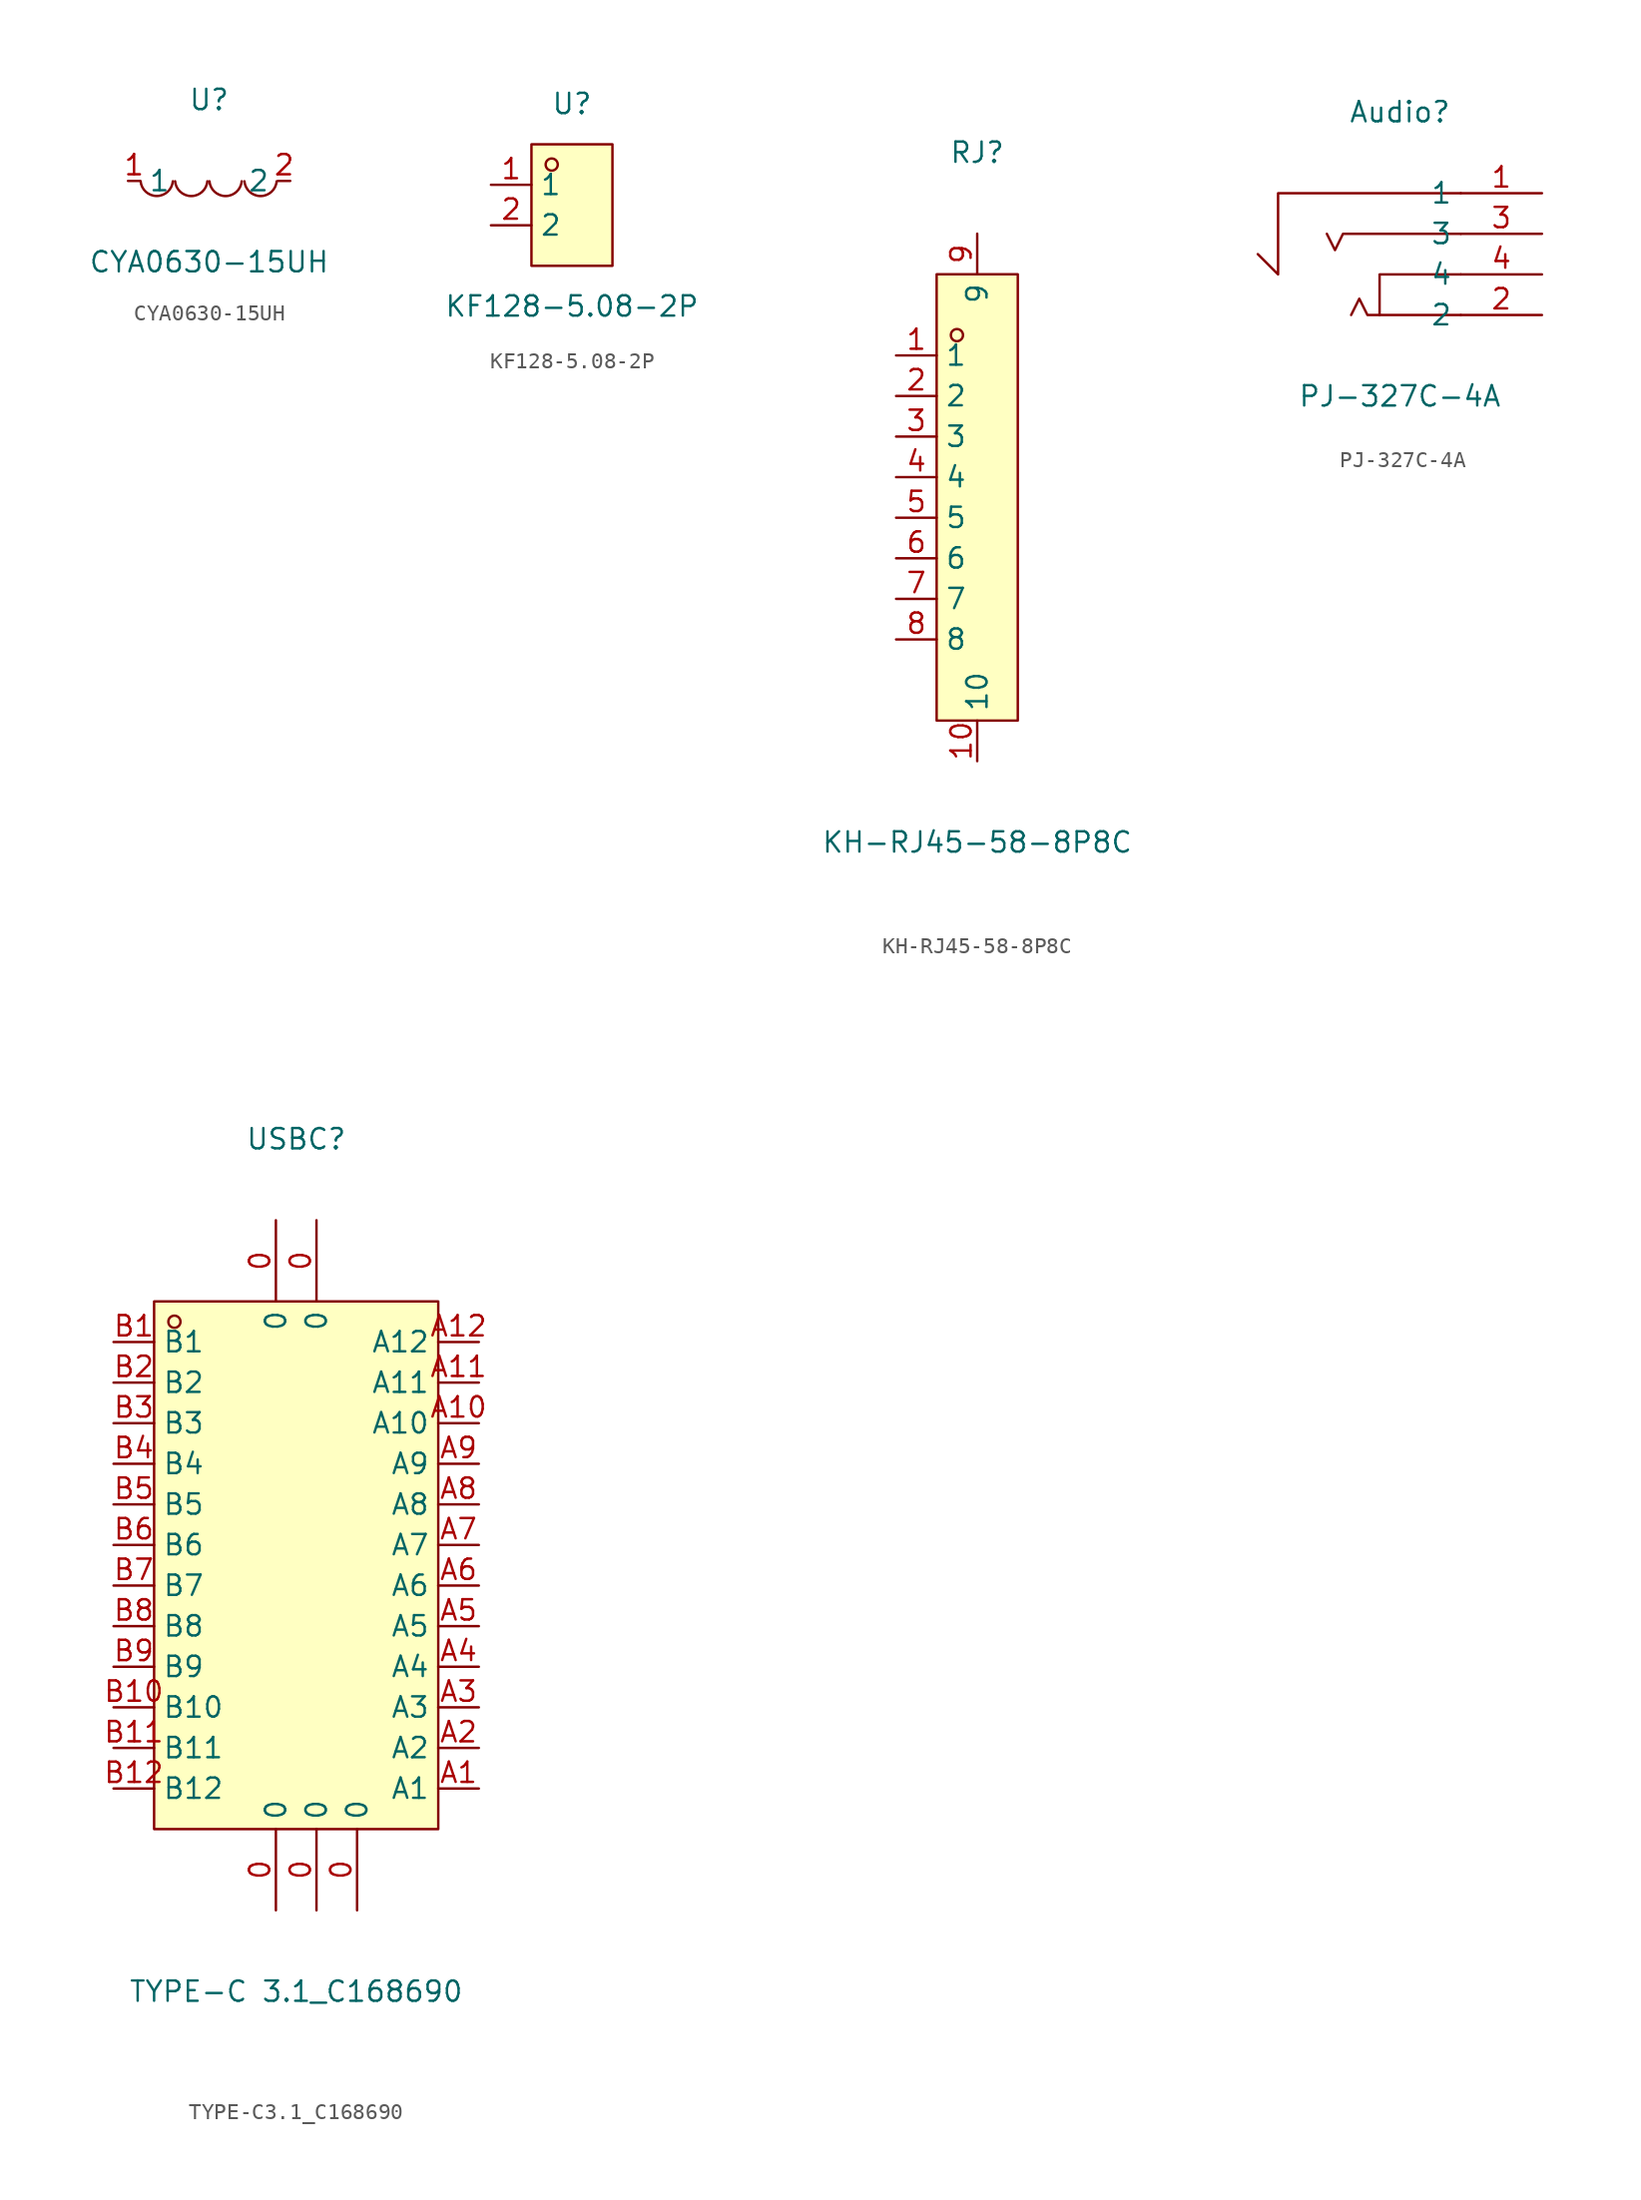
<source format=kicad_sym>
(kicad_symbol_lib
  (version 20211014)
  (generator https://github.com/uPesy/easyeda2kicad.py)
  (symbol "CYA0630-15UH"
    (property "Reference" "U"
      (at 0 5.08 0)
      (effects (font (size 1.27 1.27))))
    (property "Value" "CYA0630-15UH"
      (at 0 -5.08 0)
      (effects (font (size 1.27 1.27))))
    (symbol "CYA0630-15UH_0_1"
      (arc (start -4.29 -0.02) (mid -2.81 -1.01) (end -2.27 -0.02) (stroke (width 0) (type default) (color 0 0 0 0)) (fill (type none)))
      (arc (start -2.13 -0.02) (mid -0.66 -1.01) (end -0.11 -0.02) (stroke (width 0) (type default) (color 0 0 0 0)) (fill (type none)))
      (arc (start 0.02 -0.02) (mid 1.49 -1.01) (end 2.04 -0.02) (stroke (width 0) (type default) (color 0 0 0 0)) (fill (type none)))
      (arc (start 2.21 -0.02) (mid 3.68 -1.01) (end 4.23 -0.02) (stroke (width 0) (type default) (color 0 0 0 0)) (fill (type none)))
      (pin unspecified line (at 5.08 -0.00 180) (length 0.762) (name "2" (effects (font (size 1.27 1.27)))) (number "2" (effects (font (size 1.27 1.27)))))
      (pin unspecified line (at -5.08 -0.00 0) (length 0.762) (name "1" (effects (font (size 1.27 1.27)))) (number "1" (effects (font (size 1.27 1.27)))))))
  (symbol "KF128-5.08-2P"
    (property "Reference" "U"
      (at 0 6.35 0)
      (effects (font (size 1.27 1.27))))
    (property "Value" "KF128-5.08-2P"
      (at 0 -6.35 0)
      (effects (font (size 1.27 1.27))))
    (symbol "KF128-5.08-2P_0_1"
      (rectangle (start -2.54 3.81) (end 2.54 -3.81) (stroke (width 0) (type default) (color 0 0 0 0)) (fill (type background)))
      (circle (center -1.27 2.54) (radius 0.38) (stroke (width 0) (type default) (color 0 0 0 0)) (fill (type none)))
      (pin unspecified line (at -5.08 1.27 0) (length 2.54) (name "1" (effects (font (size 1.27 1.27)))) (number "1" (effects (font (size 1.27 1.27)))))
      (pin unspecified line (at -5.08 -1.27 0) (length 2.54) (name "2" (effects (font (size 1.27 1.27)))) (number "2" (effects (font (size 1.27 1.27)))))))
  (symbol "KH-RJ45-58-8P8C"
    (property "Reference" "RJ"
      (at 0 20.32 0)
      (effects (font (size 1.27 1.27))))
    (property "Value" "KH-RJ45-58-8P8C"
      (at 0 -22.86 0)
      (effects (font (size 1.27 1.27))))
    (symbol "KH-RJ45-58-8P8C_0_1"
      (rectangle (start -2.54 12.70) (end 2.54 -15.24) (stroke (width 0) (type default) (color 0 0 0 0)) (fill (type background)))
      (circle (center -1.27 8.89) (radius 0.38) (stroke (width 0) (type default) (color 0 0 0 0)) (fill (type none)))
      (pin unspecified line (at -5.08 7.62 0) (length 2.54) (name "1" (effects (font (size 1.27 1.27)))) (number "1" (effects (font (size 1.27 1.27)))))
      (pin unspecified line (at -5.08 5.08 0) (length 2.54) (name "2" (effects (font (size 1.27 1.27)))) (number "2" (effects (font (size 1.27 1.27)))))
      (pin unspecified line (at -5.08 2.54 0) (length 2.54) (name "3" (effects (font (size 1.27 1.27)))) (number "3" (effects (font (size 1.27 1.27)))))
      (pin unspecified line (at -5.08 -0.00 0) (length 2.54) (name "4" (effects (font (size 1.27 1.27)))) (number "4" (effects (font (size 1.27 1.27)))))
      (pin unspecified line (at -5.08 -2.54 0) (length 2.54) (name "5" (effects (font (size 1.27 1.27)))) (number "5" (effects (font (size 1.27 1.27)))))
      (pin unspecified line (at -5.08 -5.08 0) (length 2.54) (name "6" (effects (font (size 1.27 1.27)))) (number "6" (effects (font (size 1.27 1.27)))))
      (pin unspecified line (at -5.08 -7.62 0) (length 2.54) (name "7" (effects (font (size 1.27 1.27)))) (number "7" (effects (font (size 1.27 1.27)))))
      (pin unspecified line (at -5.08 -10.16 0) (length 2.54) (name "8" (effects (font (size 1.27 1.27)))) (number "8" (effects (font (size 1.27 1.27)))))
      (pin unspecified line (at 0.00 15.24 270) (length 2.54) (name "9" (effects (font (size 1.27 1.27)))) (number "9" (effects (font (size 1.27 1.27)))))
      (pin unspecified line (at 0.00 -17.78 90) (length 2.54) (name "10" (effects (font (size 1.27 1.27)))) (number "10" (effects (font (size 1.27 1.27)))))))
  (symbol "PJ-327C-4A"
    (property "Reference" "Audio"
      (at 0 7.62 0)
      (effects (font (size 1.27 1.27))))
    (property "Value" "PJ-327C-4A"
      (at 0 -10.16 0)
      (effects (font (size 1.27 1.27))))
    (symbol "PJ-327C-4A_0_1"
      (polyline (pts (xy 3.81 2.54) (xy -7.62 2.54) (xy -7.62 -2.54) (xy -8.89 -1.27)) (stroke (width 0) (type default) (color 0 0 0 0)) (fill (type none)))
      (polyline (pts (xy 3.81 -0.00) (xy -3.56 -0.00) (xy -4.06 -1.02) (xy -4.57 -0.00)) (stroke (width 0) (type default) (color 0 0 0 0)) (fill (type none)))
      (polyline (pts (xy 3.81 -2.54) (xy -0.76 -2.54) (xy -1.27 -2.54) (xy -1.27 -5.08)) (stroke (width 0) (type default) (color 0 0 0 0)) (fill (type none)))
      (polyline (pts (xy 3.81 -5.08) (xy -2.03 -5.08) (xy -2.54 -4.06) (xy -3.05 -5.08)) (stroke (width 0) (type default) (color 0 0 0 0)) (fill (type none)))
      (pin unspecified line (at 8.89 2.54 180) (length 5.08) (name "1" (effects (font (size 1.27 1.27)))) (number "1" (effects (font (size 1.27 1.27)))))
      (pin unspecified line (at 8.89 -2.54 180) (length 5.08) (name "4" (effects (font (size 1.27 1.27)))) (number "4" (effects (font (size 1.27 1.27)))))
      (pin unspecified line (at 8.89 -0.00 180) (length 5.08) (name "3" (effects (font (size 1.27 1.27)))) (number "3" (effects (font (size 1.27 1.27)))))
      (pin unspecified line (at 8.89 -5.08 180) (length 5.08) (name "2" (effects (font (size 1.27 1.27)))) (number "2" (effects (font (size 1.27 1.27)))))))
  (symbol "TYPE-C3.1_C168690"
    (property "Reference" "USBC"
      (at 0 26.67 0)
      (effects (font (size 1.27 1.27))))
    (property "Value" "TYPE-C 3.1_C168690"
      (at 0 -26.67 0)
      (effects (font (size 1.27 1.27))))
    (symbol "TYPE-C3.1_C168690_0_1"
      (rectangle (start -8.89 16.51) (end 8.89 -16.51) (stroke (width 0) (type default) (color 0 0 0 0)) (fill (type background)))
      (circle (center -7.62 15.24) (radius 0.38) (stroke (width 0) (type default) (color 0 0 0 0)) (fill (type none)))
      (pin unspecified line (at -11.43 13.97 0) (length 2.54) (name "B1" (effects (font (size 1.27 1.27)))) (number "B1" (effects (font (size 1.27 1.27)))))
      (pin unspecified line (at -11.43 11.43 0) (length 2.54) (name "B2" (effects (font (size 1.27 1.27)))) (number "B2" (effects (font (size 1.27 1.27)))))
      (pin unspecified line (at -11.43 8.89 0) (length 2.54) (name "B3" (effects (font (size 1.27 1.27)))) (number "B3" (effects (font (size 1.27 1.27)))))
      (pin unspecified line (at -11.43 6.35 0) (length 2.54) (name "B4" (effects (font (size 1.27 1.27)))) (number "B4" (effects (font (size 1.27 1.27)))))
      (pin unspecified line (at -11.43 3.81 0) (length 2.54) (name "B5" (effects (font (size 1.27 1.27)))) (number "B5" (effects (font (size 1.27 1.27)))))
      (pin unspecified line (at -11.43 1.27 0) (length 2.54) (name "B6" (effects (font (size 1.27 1.27)))) (number "B6" (effects (font (size 1.27 1.27)))))
      (pin unspecified line (at -11.43 -1.27 0) (length 2.54) (name "B7" (effects (font (size 1.27 1.27)))) (number "B7" (effects (font (size 1.27 1.27)))))
      (pin unspecified line (at -11.43 -3.81 0) (length 2.54) (name "B8" (effects (font (size 1.27 1.27)))) (number "B8" (effects (font (size 1.27 1.27)))))
      (pin unspecified line (at -11.43 -6.35 0) (length 2.54) (name "B9" (effects (font (size 1.27 1.27)))) (number "B9" (effects (font (size 1.27 1.27)))))
      (pin unspecified line (at -11.43 -8.89 0) (length 2.54) (name "B10" (effects (font (size 1.27 1.27)))) (number "B10" (effects (font (size 1.27 1.27)))))
      (pin unspecified line (at -11.43 -11.43 0) (length 2.54) (name "B11" (effects (font (size 1.27 1.27)))) (number "B11" (effects (font (size 1.27 1.27)))))
      (pin unspecified line (at -11.43 -13.97 0) (length 2.54) (name "B12" (effects (font (size 1.27 1.27)))) (number "B12" (effects (font (size 1.27 1.27)))))
      (pin unspecified line (at -1.27 21.59 270) (length 5.08) (name "0" (effects (font (size 1.27 1.27)))) (number "0" (effects (font (size 1.27 1.27)))))
      (pin unspecified line (at 1.27 21.59 270) (length 5.08) (name "0" (effects (font (size 1.27 1.27)))) (number "0" (effects (font (size 1.27 1.27)))))
      (pin unspecified line (at -1.27 -21.59 90) (length 5.08) (name "0" (effects (font (size 1.27 1.27)))) (number "0" (effects (font (size 1.27 1.27)))))
      (pin unspecified line (at 1.27 -21.59 90) (length 5.08) (name "0" (effects (font (size 1.27 1.27)))) (number "0" (effects (font (size 1.27 1.27)))))
      (pin unspecified line (at 11.43 -13.97 180) (length 2.54) (name "A1" (effects (font (size 1.27 1.27)))) (number "A1" (effects (font (size 1.27 1.27)))))
      (pin unspecified line (at 11.43 -11.43 180) (length 2.54) (name "A2" (effects (font (size 1.27 1.27)))) (number "A2" (effects (font (size 1.27 1.27)))))
      (pin unspecified line (at 11.43 -8.89 180) (length 2.54) (name "A3" (effects (font (size 1.27 1.27)))) (number "A3" (effects (font (size 1.27 1.27)))))
      (pin unspecified line (at 11.43 -6.35 180) (length 2.54) (name "A4" (effects (font (size 1.27 1.27)))) (number "A4" (effects (font (size 1.27 1.27)))))
      (pin unspecified line (at 11.43 -3.81 180) (length 2.54) (name "A5" (effects (font (size 1.27 1.27)))) (number "A5" (effects (font (size 1.27 1.27)))))
      (pin unspecified line (at 11.43 -1.27 180) (length 2.54) (name "A6" (effects (font (size 1.27 1.27)))) (number "A6" (effects (font (size 1.27 1.27)))))
      (pin unspecified line (at 11.43 1.27 180) (length 2.54) (name "A7" (effects (font (size 1.27 1.27)))) (number "A7" (effects (font (size 1.27 1.27)))))
      (pin unspecified line (at 11.43 3.81 180) (length 2.54) (name "A8" (effects (font (size 1.27 1.27)))) (number "A8" (effects (font (size 1.27 1.27)))))
      (pin unspecified line (at 11.43 6.35 180) (length 2.54) (name "A9" (effects (font (size 1.27 1.27)))) (number "A9" (effects (font (size 1.27 1.27)))))
      (pin unspecified line (at 11.43 8.89 180) (length 2.54) (name "A10" (effects (font (size 1.27 1.27)))) (number "A10" (effects (font (size 1.27 1.27)))))
      (pin unspecified line (at 11.43 11.43 180) (length 2.54) (name "A11" (effects (font (size 1.27 1.27)))) (number "A11" (effects (font (size 1.27 1.27)))))
      (pin unspecified line (at 11.43 13.97 180) (length 2.54) (name "A12" (effects (font (size 1.27 1.27)))) (number "A12" (effects (font (size 1.27 1.27)))))
      (pin unspecified line (at 3.81 -21.59 90) (length 5.08) (name "0" (effects (font (size 1.27 1.27)))) (number "0" (effects (font (size 1.27 1.27))))))))
</source>
